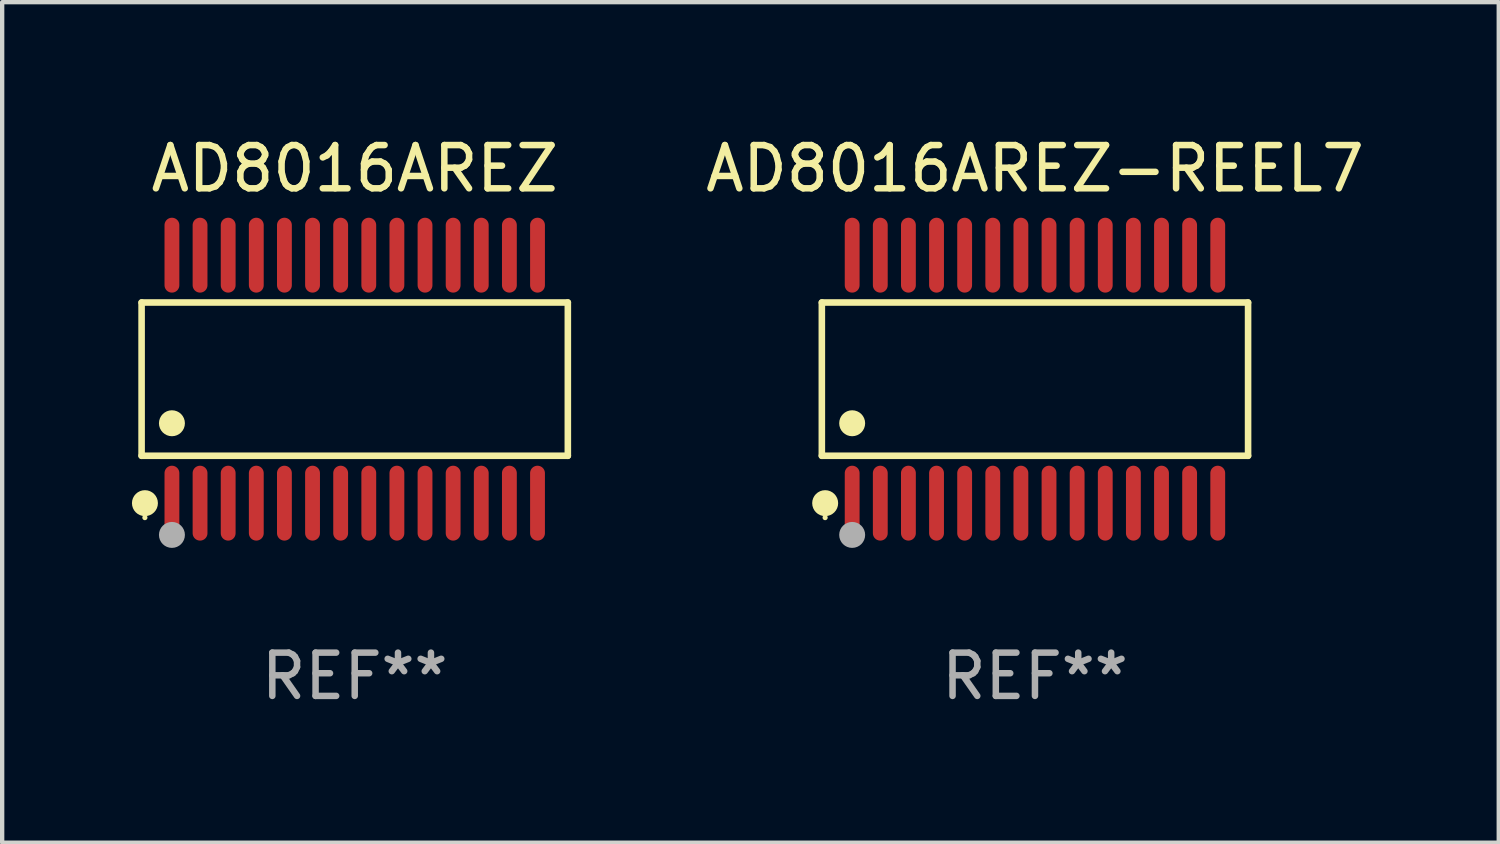
<source format=kicad_pcb>
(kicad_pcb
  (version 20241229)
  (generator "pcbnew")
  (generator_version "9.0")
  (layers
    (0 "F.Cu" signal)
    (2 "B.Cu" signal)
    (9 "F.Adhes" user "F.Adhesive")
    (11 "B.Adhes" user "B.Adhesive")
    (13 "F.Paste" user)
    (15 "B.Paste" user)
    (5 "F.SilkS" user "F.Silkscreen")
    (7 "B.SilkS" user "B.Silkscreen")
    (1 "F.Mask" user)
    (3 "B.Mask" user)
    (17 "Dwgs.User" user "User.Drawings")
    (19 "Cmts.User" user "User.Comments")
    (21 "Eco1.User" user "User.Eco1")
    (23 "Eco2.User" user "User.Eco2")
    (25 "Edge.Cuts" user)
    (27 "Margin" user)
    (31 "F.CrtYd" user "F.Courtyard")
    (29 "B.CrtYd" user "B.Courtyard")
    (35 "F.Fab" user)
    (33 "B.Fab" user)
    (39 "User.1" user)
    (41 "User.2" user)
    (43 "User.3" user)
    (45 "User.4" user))
  (footprint "AD8016AREZ"
    (layer "F.Cu")
    (at 5.149 5.714)
    (property "Reference" "AD8016AREZ" (at 0 -4.866 0) (layer "F.SilkS") (effects (font (size 1 1) (thickness 0.15))))
    (attr through_hole)
    (fp_line (start -4.926 -1.772) (end 4.926 -1.772) (stroke (width 0.152) (type solid)) (layer "F.SilkS"))
    (fp_line (start -4.926 1.771) (end -4.926 -1.772) (stroke (width 0.152) (type solid)) (layer "F.SilkS"))
    (fp_line (start 4.926 -1.772) (end 4.926 1.771) (stroke (width 0.152) (type solid)) (layer "F.SilkS"))
    (fp_line (start 4.926 1.771) (end -4.926 1.771) (stroke (width 0.152) (type solid)) (layer "F.SilkS"))
    (fp_circle (center -4.85 3.2) (end -4.82 3.2) (stroke (width 0.06) (type solid)) (fill no) (layer "F.SilkS"))
    (fp_circle (center -4.849 2.866) (end -4.699 2.866) (stroke (width 0.3) (type solid)) (fill no) (layer "F.SilkS"))
    (fp_circle (center -4.225 1.019) (end -4.075 1.019) (stroke (width 0.3) (type solid)) (fill no) (layer "F.SilkS"))
    (fp_circle (center -4.225 3.6) (end -4.075 3.6) (stroke (width 0.3) (type solid)) (fill no) (layer "F.Fab"))
    (fp_text user "REF**" (at 0 6.866 0) (layer "F.Fab") (effects (font (size 1 1) (thickness 0.15))))
    (pad "1" smd oval (at -4.225 2.866) (size 0.343 1.731) (layers "F.Cu" "F.Mask" "F.Paste"))
    (pad "2" smd oval (at -3.575 2.866) (size 0.343 1.731) (layers "F.Cu" "F.Mask" "F.Paste"))
    (pad "3" smd oval (at -2.925 2.866) (size 0.343 1.731) (layers "F.Cu" "F.Mask" "F.Paste"))
    (pad "4" smd oval (at -2.275 2.866) (size 0.343 1.731) (layers "F.Cu" "F.Mask" "F.Paste"))
    (pad "5" smd oval (at -1.625 2.866) (size 0.343 1.731) (layers "F.Cu" "F.Mask" "F.Paste"))
    (pad "6" smd oval (at -0.975 2.866) (size 0.343 1.731) (layers "F.Cu" "F.Mask" "F.Paste"))
    (pad "7" smd oval (at -0.325 2.866) (size 0.343 1.731) (layers "F.Cu" "F.Mask" "F.Paste"))
    (pad "8" smd oval (at 0.325 2.866) (size 0.343 1.731) (layers "F.Cu" "F.Mask" "F.Paste"))
    (pad "9" smd oval (at 0.975 2.866) (size 0.343 1.731) (layers "F.Cu" "F.Mask" "F.Paste"))
    (pad "10" smd oval (at 1.625 2.866) (size 0.343 1.731) (layers "F.Cu" "F.Mask" "F.Paste"))
    (pad "11" smd oval (at 2.275 2.866) (size 0.343 1.731) (layers "F.Cu" "F.Mask" "F.Paste"))
    (pad "12" smd oval (at 2.925 2.866) (size 0.343 1.731) (layers "F.Cu" "F.Mask" "F.Paste"))
    (pad "13" smd oval (at 3.575 2.866) (size 0.343 1.731) (layers "F.Cu" "F.Mask" "F.Paste"))
    (pad "14" smd oval (at 4.225 2.866) (size 0.343 1.731) (layers "F.Cu" "F.Mask" "F.Paste"))
    (pad "15" smd oval (at 4.225 -2.866) (size 0.343 1.731) (layers "F.Cu" "F.Mask" "F.Paste"))
    (pad "16" smd oval (at 3.575 -2.866) (size 0.343 1.731) (layers "F.Cu" "F.Mask" "F.Paste"))
    (pad "17" smd oval (at 2.925 -2.866) (size 0.343 1.731) (layers "F.Cu" "F.Mask" "F.Paste"))
    (pad "18" smd oval (at 2.275 -2.866) (size 0.343 1.731) (layers "F.Cu" "F.Mask" "F.Paste"))
    (pad "19" smd oval (at 1.625 -2.866) (size 0.343 1.731) (layers "F.Cu" "F.Mask" "F.Paste"))
    (pad "20" smd oval (at 0.975 -2.866) (size 0.343 1.731) (layers "F.Cu" "F.Mask" "F.Paste"))
    (pad "21" smd oval (at 0.325 -2.866) (size 0.343 1.731) (layers "F.Cu" "F.Mask" "F.Paste"))
    (pad "22" smd oval (at -0.325 -2.866) (size 0.343 1.731) (layers "F.Cu" "F.Mask" "F.Paste"))
    (pad "23" smd oval (at -0.975 -2.866) (size 0.343 1.731) (layers "F.Cu" "F.Mask" "F.Paste"))
    (pad "24" smd oval (at -1.625 -2.866) (size 0.343 1.731) (layers "F.Cu" "F.Mask" "F.Paste"))
    (pad "25" smd oval (at -2.275 -2.866) (size 0.343 1.731) (layers "F.Cu" "F.Mask" "F.Paste"))
    (pad "26" smd oval (at -2.925 -2.866) (size 0.343 1.731) (layers "F.Cu" "F.Mask" "F.Paste"))
    (pad "27" smd oval (at -3.575 -2.866) (size 0.343 1.731) (layers "F.Cu" "F.Mask" "F.Paste"))
    (pad "28" smd oval (at -4.225 -2.866) (size 0.343 1.731) (layers "F.Cu" "F.Mask" "F.Paste")))
  (footprint "AD8016AREZ-REEL7"
    (layer "F.Cu")
    (at 20.872 5.714)
    (property "Reference" "AD8016AREZ-REEL7" (at 0 -4.866 0) (layer "F.SilkS") (effects (font (size 1 1) (thickness 0.15))))
    (attr through_hole)
    (fp_line (start -4.926 -1.772) (end 4.926 -1.772) (stroke (width 0.152) (type solid)) (layer "F.SilkS"))
    (fp_line (start -4.926 1.771) (end -4.926 -1.772) (stroke (width 0.152) (type solid)) (layer "F.SilkS"))
    (fp_line (start 4.926 -1.772) (end 4.926 1.771) (stroke (width 0.152) (type solid)) (layer "F.SilkS"))
    (fp_line (start 4.926 1.771) (end -4.926 1.771) (stroke (width 0.152) (type solid)) (layer "F.SilkS"))
    (fp_circle (center -4.85 3.2) (end -4.82 3.2) (stroke (width 0.06) (type solid)) (fill no) (layer "F.SilkS"))
    (fp_circle (center -4.849 2.866) (end -4.699 2.866) (stroke (width 0.3) (type solid)) (fill no) (layer "F.SilkS"))
    (fp_circle (center -4.225 1.019) (end -4.075 1.019) (stroke (width 0.3) (type solid)) (fill no) (layer "F.SilkS"))
    (fp_circle (center -4.225 3.6) (end -4.075 3.6) (stroke (width 0.3) (type solid)) (fill no) (layer "F.Fab"))
    (fp_text user "REF**" (at 0 6.866 0) (layer "F.Fab") (effects (font (size 1 1) (thickness 0.15))))
    (pad "1" smd oval (at -4.225 2.866) (size 0.343 1.731) (layers "F.Cu" "F.Mask" "F.Paste"))
    (pad "2" smd oval (at -3.575 2.866) (size 0.343 1.731) (layers "F.Cu" "F.Mask" "F.Paste"))
    (pad "3" smd oval (at -2.925 2.866) (size 0.343 1.731) (layers "F.Cu" "F.Mask" "F.Paste"))
    (pad "4" smd oval (at -2.275 2.866) (size 0.343 1.731) (layers "F.Cu" "F.Mask" "F.Paste"))
    (pad "5" smd oval (at -1.625 2.866) (size 0.343 1.731) (layers "F.Cu" "F.Mask" "F.Paste"))
    (pad "6" smd oval (at -0.975 2.866) (size 0.343 1.731) (layers "F.Cu" "F.Mask" "F.Paste"))
    (pad "7" smd oval (at -0.325 2.866) (size 0.343 1.731) (layers "F.Cu" "F.Mask" "F.Paste"))
    (pad "8" smd oval (at 0.325 2.866) (size 0.343 1.731) (layers "F.Cu" "F.Mask" "F.Paste"))
    (pad "9" smd oval (at 0.975 2.866) (size 0.343 1.731) (layers "F.Cu" "F.Mask" "F.Paste"))
    (pad "10" smd oval (at 1.625 2.866) (size 0.343 1.731) (layers "F.Cu" "F.Mask" "F.Paste"))
    (pad "11" smd oval (at 2.275 2.866) (size 0.343 1.731) (layers "F.Cu" "F.Mask" "F.Paste"))
    (pad "12" smd oval (at 2.925 2.866) (size 0.343 1.731) (layers "F.Cu" "F.Mask" "F.Paste"))
    (pad "13" smd oval (at 3.575 2.866) (size 0.343 1.731) (layers "F.Cu" "F.Mask" "F.Paste"))
    (pad "14" smd oval (at 4.225 2.866) (size 0.343 1.731) (layers "F.Cu" "F.Mask" "F.Paste"))
    (pad "15" smd oval (at 4.225 -2.866) (size 0.343 1.731) (layers "F.Cu" "F.Mask" "F.Paste"))
    (pad "16" smd oval (at 3.575 -2.866) (size 0.343 1.731) (layers "F.Cu" "F.Mask" "F.Paste"))
    (pad "17" smd oval (at 2.925 -2.866) (size 0.343 1.731) (layers "F.Cu" "F.Mask" "F.Paste"))
    (pad "18" smd oval (at 2.275 -2.866) (size 0.343 1.731) (layers "F.Cu" "F.Mask" "F.Paste"))
    (pad "19" smd oval (at 1.625 -2.866) (size 0.343 1.731) (layers "F.Cu" "F.Mask" "F.Paste"))
    (pad "20" smd oval (at 0.975 -2.866) (size 0.343 1.731) (layers "F.Cu" "F.Mask" "F.Paste"))
    (pad "21" smd oval (at 0.325 -2.866) (size 0.343 1.731) (layers "F.Cu" "F.Mask" "F.Paste"))
    (pad "22" smd oval (at -0.325 -2.866) (size 0.343 1.731) (layers "F.Cu" "F.Mask" "F.Paste"))
    (pad "23" smd oval (at -0.975 -2.866) (size 0.343 1.731) (layers "F.Cu" "F.Mask" "F.Paste"))
    (pad "24" smd oval (at -1.625 -2.866) (size 0.343 1.731) (layers "F.Cu" "F.Mask" "F.Paste"))
    (pad "25" smd oval (at -2.275 -2.866) (size 0.343 1.731) (layers "F.Cu" "F.Mask" "F.Paste"))
    (pad "26" smd oval (at -2.925 -2.866) (size 0.343 1.731) (layers "F.Cu" "F.Mask" "F.Paste"))
    (pad "27" smd oval (at -3.575 -2.866) (size 0.343 1.731) (layers "F.Cu" "F.Mask" "F.Paste"))
    (pad "28" smd oval (at -4.225 -2.866) (size 0.343 1.731) (layers "F.Cu" "F.Mask" "F.Paste")))
  (gr_rect
    (start -3 -3)
    (end 31.592 16.428)
    (stroke (width 0.1) (type default))
    (fill no)
    (layer "Edge.Cuts")))
</source>
